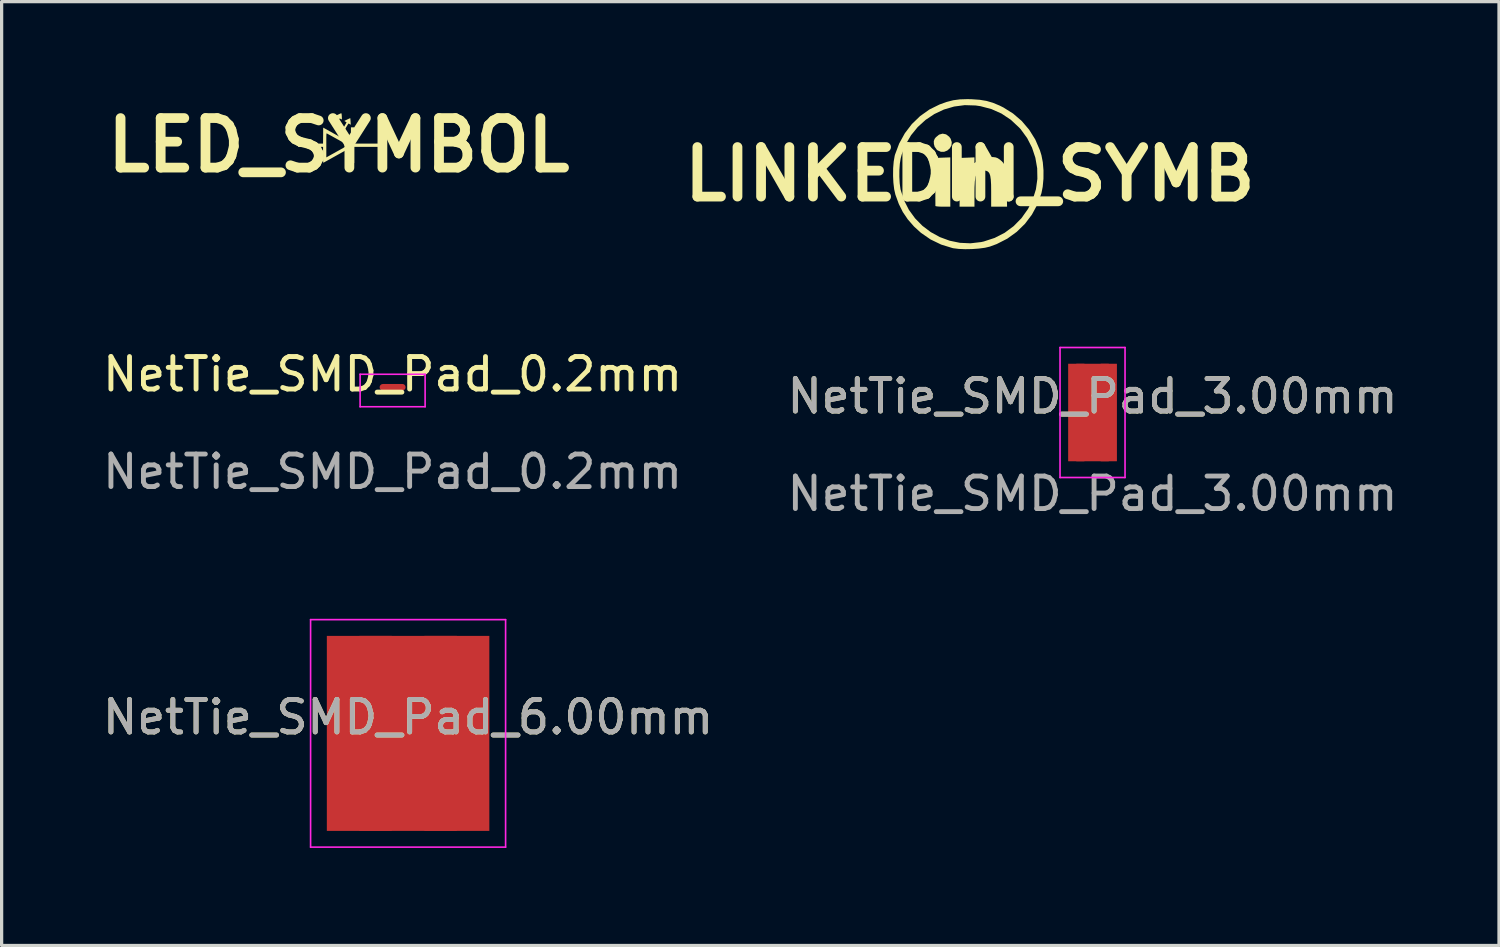
<source format=kicad_pcb>
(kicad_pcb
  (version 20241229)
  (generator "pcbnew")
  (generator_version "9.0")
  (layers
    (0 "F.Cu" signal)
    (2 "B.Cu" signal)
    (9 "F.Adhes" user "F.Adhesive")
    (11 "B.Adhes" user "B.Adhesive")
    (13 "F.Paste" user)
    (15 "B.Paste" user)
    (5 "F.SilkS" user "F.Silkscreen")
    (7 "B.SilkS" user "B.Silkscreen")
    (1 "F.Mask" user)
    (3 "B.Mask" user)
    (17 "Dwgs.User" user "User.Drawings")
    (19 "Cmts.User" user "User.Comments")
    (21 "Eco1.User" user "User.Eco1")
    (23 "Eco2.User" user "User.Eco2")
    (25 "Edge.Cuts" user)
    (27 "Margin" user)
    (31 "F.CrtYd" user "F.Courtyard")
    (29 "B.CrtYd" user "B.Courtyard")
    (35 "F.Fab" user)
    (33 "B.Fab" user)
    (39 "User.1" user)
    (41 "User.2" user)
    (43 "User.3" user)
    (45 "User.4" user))
  (footprint "NetTie_SMD_Pad_0.2mm"
    (layer "F.Cu")
    (at 9.03 8.965)
    (property "Reference" "NetTie_SMD_Pad_0.2mm" (at 0 -0.5 0) (unlocked yes) (layer "F.SilkS") (effects (font (size 1 1) (thickness 0.15))))
    (attr smd)
    (fp_poly (pts (xy -0.3 0) (xy 0.3 0) (xy 0.3 -0.201) (xy -0.3 -0.201)) (stroke (width 0) (type solid)) (fill yes) (layer "F.Cu"))
    (fp_line (start -1 -0.5) (end -1 0.5) (stroke (width 0.05) (type solid)) (layer "F.CrtYd"))
    (fp_line (start -1 0.5) (end 1 0.5) (stroke (width 0.05) (type solid)) (layer "F.CrtYd"))
    (fp_line (start 1 -0.5) (end -1 -0.5) (stroke (width 0.05) (type solid)) (layer "F.CrtYd"))
    (fp_line (start 1 0.5) (end 1 -0.5) (stroke (width 0.05) (type solid)) (layer "F.CrtYd"))
    (fp_text user "${REFERENCE}" (at 0 2.5 0) (unlocked yes) (layer "F.Fab") (effects (font (size 1 1) (thickness 0.15))))
    (pad "1" smd circle (at -0.3 -0.1) (size 0.2 0.2) (layers "F.Cu"))
    (pad "2" smd circle (at 0.3 -0.101) (size 0.2 0.2) (layers "F.Cu")))
  (footprint "LED_SYMBOL"
    (layer "F.Cu")
    (at 7.373 1.418)
    (property "Reference" "LED_SYMBOL" (at 0 0 0) (layer "F.SilkS") (effects (font (size 1.524 1.524) (thickness 0.3))))
    (attr board_only exclude_from_pos_files exclude_from_bom)
    (fp_poly (pts (xy 0.354 -0.832) (xy 0.356 -0.823) (xy 0.358 -0.801) (xy 0.36 -0.769) (xy 0.363 -0.73) (xy 0.363 -0.73) (xy 0.369 -0.63) (xy 0.338 -0.648) (xy 0.318 -0.66) (xy 0.303 -0.666) (xy 0.3 -0.667) (xy 0.294 -0.66) (xy 0.281 -0.641) (xy 0.263 -0.611) (xy 0.241 -0.575) (xy 0.217 -0.533) (xy 0.192 -0.491) (xy 0.17 -0.454) (xy 0.151 -0.425) (xy 0.137 -0.407) (xy 0.131 -0.4) (xy 0.117 -0.405) (xy 0.102 -0.415) (xy 0.084 -0.429) (xy 0.163 -0.566) (xy 0.187 -0.608) (xy 0.209 -0.646) (xy 0.225 -0.676) (xy 0.236 -0.696) (xy 0.24 -0.704) (xy 0.24 -0.704) (xy 0.232 -0.709) (xy 0.215 -0.719) (xy 0.206 -0.724) (xy 0.187 -0.736) (xy 0.176 -0.745) (xy 0.175 -0.747) (xy 0.182 -0.752) (xy 0.201 -0.762) (xy 0.227 -0.775) (xy 0.258 -0.79) (xy 0.29 -0.805) (xy 0.318 -0.818) (xy 0.341 -0.828) (xy 0.353 -0.832)) (stroke (width 0) (type solid)) (fill yes) (layer "F.SilkS"))
    (fp_poly (pts (xy 0.08 -0.981) (xy 0.084 -0.977) (xy 0.084 -0.976) (xy 0.087 -0.961) (xy 0.09 -0.936) (xy 0.093 -0.905) (xy 0.094 -0.871) (xy 0.096 -0.839) (xy 0.096 -0.812) (xy 0.095 -0.795) (xy 0.093 -0.792) (xy 0.083 -0.796) (xy 0.065 -0.806) (xy 0.06 -0.809) (xy 0.041 -0.818) (xy 0.028 -0.822) (xy 0.026 -0.821) (xy 0.02 -0.813) (xy 0.007 -0.793) (xy -0.011 -0.763) (xy -0.033 -0.725) (xy -0.058 -0.684) (xy -0.082 -0.642) (xy -0.103 -0.605) (xy -0.12 -0.576) (xy -0.132 -0.557) (xy -0.136 -0.55) (xy -0.143 -0.554) (xy -0.159 -0.564) (xy -0.16 -0.565) (xy -0.176 -0.576) (xy -0.183 -0.585) (xy -0.183 -0.585) (xy -0.179 -0.594) (xy -0.168 -0.615) (xy -0.151 -0.645) (xy -0.13 -0.683) (xy -0.108 -0.721) (xy -0.084 -0.763) (xy -0.063 -0.8) (xy -0.047 -0.83) (xy -0.037 -0.85) (xy -0.033 -0.857) (xy -0.04 -0.865) (xy -0.057 -0.876) (xy -0.069 -0.883) (xy -0.104 -0.903) (xy -0.012 -0.946) (xy 0.027 -0.965) (xy 0.053 -0.976) (xy 0.07 -0.981)) (stroke (width 0) (type solid)) (fill yes) (layer "F.SilkS"))
    (fp_poly (pts (xy 0.475 -0.05) (xy 1.25 -0.05) (xy 1.25 0.05) (xy 0.475 0.05) (xy 0.475 0.55) (xy 0.375 0.55) (xy 0.373 0.31) (xy 0.371 0.07) (xy -0.046 0.302) (xy -0.123 0.345) (xy -0.195 0.385) (xy -0.262 0.423) (xy -0.322 0.456) (xy -0.374 0.485) (xy -0.416 0.508) (xy -0.448 0.526) (xy -0.467 0.536) (xy -0.473 0.539) (xy -0.476 0.537) (xy -0.478 0.527) (xy -0.48 0.508) (xy -0.482 0.478) (xy -0.483 0.436) (xy -0.483 0.38) (xy -0.483 0.375) (xy -0.383 0.375) (xy -0.335 0.348) (xy -0.317 0.338) (xy -0.286 0.321) (xy -0.244 0.297) (xy -0.194 0.269) (xy -0.137 0.238) (xy -0.075 0.203) (xy -0.01 0.167) (xy -0.002 0.163) (xy 0.074 0.12) (xy 0.137 0.084) (xy 0.186 0.056) (xy 0.224 0.033) (xy 0.25 0.016) (xy 0.266 0.005) (xy 0.273 -0.002) (xy 0.273 -0.005) (xy 0.263 -0.011) (xy 0.242 -0.023) (xy 0.209 -0.042) (xy 0.167 -0.066) (xy 0.118 -0.094) (xy 0.064 -0.124) (xy 0.006 -0.157) (xy -0.054 -0.19) (xy -0.113 -0.223) (xy -0.171 -0.255) (xy -0.224 -0.285) (xy -0.272 -0.311) (xy -0.313 -0.333) (xy -0.344 -0.35) (xy -0.364 -0.36) (xy -0.37 -0.363) (xy -0.373 -0.363) (xy -0.376 -0.36) (xy -0.378 -0.352) (xy -0.38 -0.337) (xy -0.381 -0.315) (xy -0.382 -0.284) (xy -0.383 -0.243) (xy -0.383 -0.19) (xy -0.383 -0.123) (xy -0.383 -0.042) (xy -0.383 0.003) (xy -0.383 0.375) (xy -0.483 0.375) (xy -0.483 0.31) (xy -0.483 0.297) (xy -0.483 0.05) (xy -1.25 0.05) (xy -1.25 -0.05) (xy -0.484 -0.05) (xy -0.481 -0.296) (xy -0.479 -0.541) (xy 0.371 -0.068) (xy 0.373 -0.309) (xy 0.375 -0.55) (xy 0.475 -0.55)) (stroke (width 0) (type solid)) (fill yes) (layer "F.SilkS")))
  (footprint "LINKEDIN_SYMB"
    (layer "F.Cu")
    (at 26.789 2.309)
    (property "Reference" "LINKEDIN_SYMB" (at 0 0 0) (layer "F.SilkS") (effects (font (size 1.524 1.524) (thickness 0.3))))
    (attr board_only exclude_from_pos_files exclude_from_bom)
    (fp_poly (pts (xy -0.6 1) (xy -0.829 1) (xy -0.935 0.998) (xy -1.015 0.991) (xy -1.056 0.982) (xy -1.059 0.979) (xy -1.059 0.945) (xy -1.059 0.863) (xy -1.06 0.739) (xy -1.06 0.581) (xy -1.06 0.398) (xy -1.06 0.229) (xy -1.059 -0.5) (xy -0.6 -0.517)) (stroke (width 0) (type solid)) (fill yes) (layer "F.SilkS"))
    (fp_poly (pts (xy -0.73 -1.225) (xy -0.634 -1.152) (xy -0.59 -1.091) (xy -0.555 -0.983) (xy -0.566 -0.882) (xy -0.616 -0.794) (xy -0.693 -0.727) (xy -0.788 -0.689) (xy -0.891 -0.689) (xy -0.992 -0.733) (xy -1.014 -0.75) (xy -1.083 -0.846) (xy -1.105 -0.93) (xy -1.108 -1.018) (xy -1.082 -1.087) (xy -1.045 -1.135) (xy -0.945 -1.217) (xy -0.837 -1.247)) (stroke (width 0) (type solid)) (fill yes) (layer "F.SilkS"))
    (fp_poly (pts (xy 0.716 -0.526) (xy 0.796 -0.516) (xy 0.855 -0.494) (xy 0.914 -0.456) (xy 0.92 -0.452) (xy 0.984 -0.398) (xy 1.034 -0.342) (xy 1.072 -0.277) (xy 1.098 -0.193) (xy 1.116 -0.083) (xy 1.127 0.062) (xy 1.134 0.25) (xy 1.137 0.421) (xy 1.146 1) (xy 0.657 1) (xy 0.657 0.541) (xy 0.655 0.329) (xy 0.646 0.168) (xy 0.629 0.05) (xy 0.601 -0.031) (xy 0.558 -0.08) (xy 0.5 -0.106) (xy 0.423 -0.114) (xy 0.41 -0.114) (xy 0.324 -0.105) (xy 0.258 -0.072) (xy 0.209 -0.011) (xy 0.175 0.084) (xy 0.155 0.221) (xy 0.145 0.404) (xy 0.143 0.571) (xy 0.143 1) (xy -0.315 1) (xy -0.308 0.25) (xy -0.3 -0.5) (xy -0.079 -0.508) (xy 0.143 -0.517) (xy 0.143 -0.34) (xy 0.26 -0.434) (xy 0.324 -0.483) (xy 0.38 -0.511) (xy 0.447 -0.524) (xy 0.544 -0.528) (xy 0.598 -0.529)) (stroke (width 0) (type solid)) (fill yes) (layer "F.SilkS"))
    (fp_poly (pts (xy 0.057 -2.306) (xy 0.303 -2.289) (xy 0.514 -2.254) (xy 0.712 -2.196) (xy 0.916 -2.111) (xy 1.034 -2.052) (xy 1.331 -1.866) (xy 1.597 -1.637) (xy 1.826 -1.368) (xy 2.014 -1.067) (xy 2.156 -0.738) (xy 2.204 -0.582) (xy 2.246 -0.366) (xy 2.267 -0.117) (xy 2.266 0.141) (xy 2.243 0.387) (xy 2.204 0.584) (xy 2.082 0.927) (xy 1.912 1.242) (xy 1.698 1.526) (xy 1.443 1.775) (xy 1.152 1.985) (xy 0.828 2.15) (xy 0.614 2.229) (xy 0.466 2.264) (xy 0.279 2.289) (xy 0.071 2.304) (xy -0.14 2.308) (xy -0.336 2.3) (xy -0.499 2.28) (xy -0.531 2.274) (xy -0.881 2.166) (xy -1.208 2.008) (xy -1.505 1.803) (xy -1.717 1.61) (xy -1.908 1.391) (xy -2.061 1.165) (xy -2.185 0.916) (xy -2.29 0.628) (xy -2.29 0.627) (xy -2.327 0.465) (xy -2.351 0.264) (xy -2.36 0.081) (xy -2.168 0.081) (xy -2.157 0.281) (xy -2.134 0.452) (xy -2.127 0.484) (xy -2.024 0.803) (xy -1.875 1.096) (xy -1.684 1.359) (xy -1.458 1.589) (xy -1.202 1.782) (xy -0.921 1.936) (xy -0.62 2.047) (xy -0.305 2.112) (xy 0.019 2.127) (xy 0.347 2.089) (xy 0.429 2.071) (xy 0.765 1.961) (xy 1.073 1.803) (xy 1.349 1.599) (xy 1.589 1.354) (xy 1.79 1.071) (xy 1.937 0.775) (xy 2.034 0.465) (xy 2.079 0.144) (xy 2.073 -0.182) (xy 2.017 -0.505) (xy 1.914 -0.817) (xy 1.764 -1.111) (xy 1.569 -1.378) (xy 1.522 -1.43) (xy 1.262 -1.673) (xy 0.976 -1.864) (xy 0.665 -2.003) (xy 0.328 -2.092) (xy 0.178 -2.114) (xy -0.157 -2.124) (xy -0.483 -2.081) (xy -0.797 -1.989) (xy -1.091 -1.85) (xy -1.361 -1.67) (xy -1.602 -1.451) (xy -1.808 -1.198) (xy -1.975 -0.913) (xy -2.096 -0.602) (xy -2.127 -0.484) (xy -2.153 -0.323) (xy -2.167 -0.128) (xy -2.168 0.081) (xy -2.36 0.081) (xy -2.361 0.044) (xy -2.359 -0.179) (xy -2.342 -0.387) (xy -2.312 -0.562) (xy -2.302 -0.6) (xy -2.173 -0.944) (xy -1.999 -1.259) (xy -1.783 -1.542) (xy -1.529 -1.787) (xy -1.243 -1.99) (xy -0.931 -2.144) (xy -0.711 -2.223) (xy -0.508 -2.275) (xy -0.301 -2.302) (xy -0.07 -2.309)) (stroke (width 0) (type solid)) (fill yes) (layer "F.SilkS")))
  (footprint "NetTie_SMD_Pad_6.00mm"
    (layer "F.Cu")
    (at 9.506 19.515)
    (property "Reference" "NetTie_SMD_Pad_6.00mm" (at 0 -0.5 0) (unlocked yes) (layer "F.SilkS") (effects (font (size 1 1) (thickness 0.15))))
    (attr smd)
    (fp_poly (pts (xy -1.5 -3) (xy 1.5 -3) (xy 1.5 3) (xy -1.5 3)) (stroke (width 0) (type solid)) (fill yes) (layer "F.Cu"))
    (fp_line (start -3 -3.5) (end 3 -3.5) (stroke (width 0.05) (type solid)) (layer "F.CrtYd"))
    (fp_line (start -3 3.5) (end -3 -3.5) (stroke (width 0.05) (type solid)) (layer "F.CrtYd"))
    (fp_line (start 3 -3.5) (end 3 3.5) (stroke (width 0.05) (type solid)) (layer "F.CrtYd"))
    (fp_line (start 3 3.5) (end -3 3.5) (stroke (width 0.05) (type solid)) (layer "F.CrtYd"))
    (fp_text user "${REFERENCE}" (at 0 -0.5 0) (unlocked yes) (layer "F.Fab") (effects (font (size 1 1) (thickness 0.15))))
    (pad "1" smd rect (at -1.5 0) (size 2 6) (layers "F.Cu"))
    (pad "2" smd rect (at 1.5 0) (size 2 6) (layers "F.Cu")))
  (footprint "NetTie_SMD_Pad_3.00mm"
    (layer "F.Cu")
    (at 30.565 9.642)
    (property "Reference" "NetTie_SMD_Pad_3.00mm" (at 0 -0.5 0) (unlocked yes) (layer "F.SilkS") (effects (font (size 1 1) (thickness 0.15))))
    (attr smd)
    (fp_poly (pts (xy -0.5 -1.5) (xy 0.5 -1.5) (xy 0.5 1.5) (xy -0.5 1.5)) (stroke (width 0) (type solid)) (fill yes) (layer "F.Cu"))
    (fp_line (start -1 -2) (end 1 -2) (stroke (width 0.05) (type solid)) (layer "F.CrtYd"))
    (fp_line (start -1 2) (end -1 -2) (stroke (width 0.05) (type solid)) (layer "F.CrtYd"))
    (fp_line (start 1 -2) (end 1 2) (stroke (width 0.05) (type solid)) (layer "F.CrtYd"))
    (fp_line (start 1 2) (end -1 2) (stroke (width 0.05) (type solid)) (layer "F.CrtYd"))
    (fp_text user "${REFERENCE}" (at 0 2.5 0) (unlocked yes) (layer "F.Fab") (effects (font (size 1 1) (thickness 0.15))))
    (fp_text user "${REFERENCE}" (at 0 -0.5 0) (unlocked yes) (layer "F.Fab") (effects (font (size 1 1) (thickness 0.15))))
    (pad "1" smd rect (at -0.5 0) (size 0.5 3) (layers "F.Cu"))
    (pad "2" smd rect (at 0.5 0) (size 0.5 3) (layers "F.Cu")))
  (gr_rect
    (start -3 -3)
    (end 43.071 26.04)
    (stroke (width 0.1) (type default))
    (fill no)
    (layer "Edge.Cuts")))
</source>
